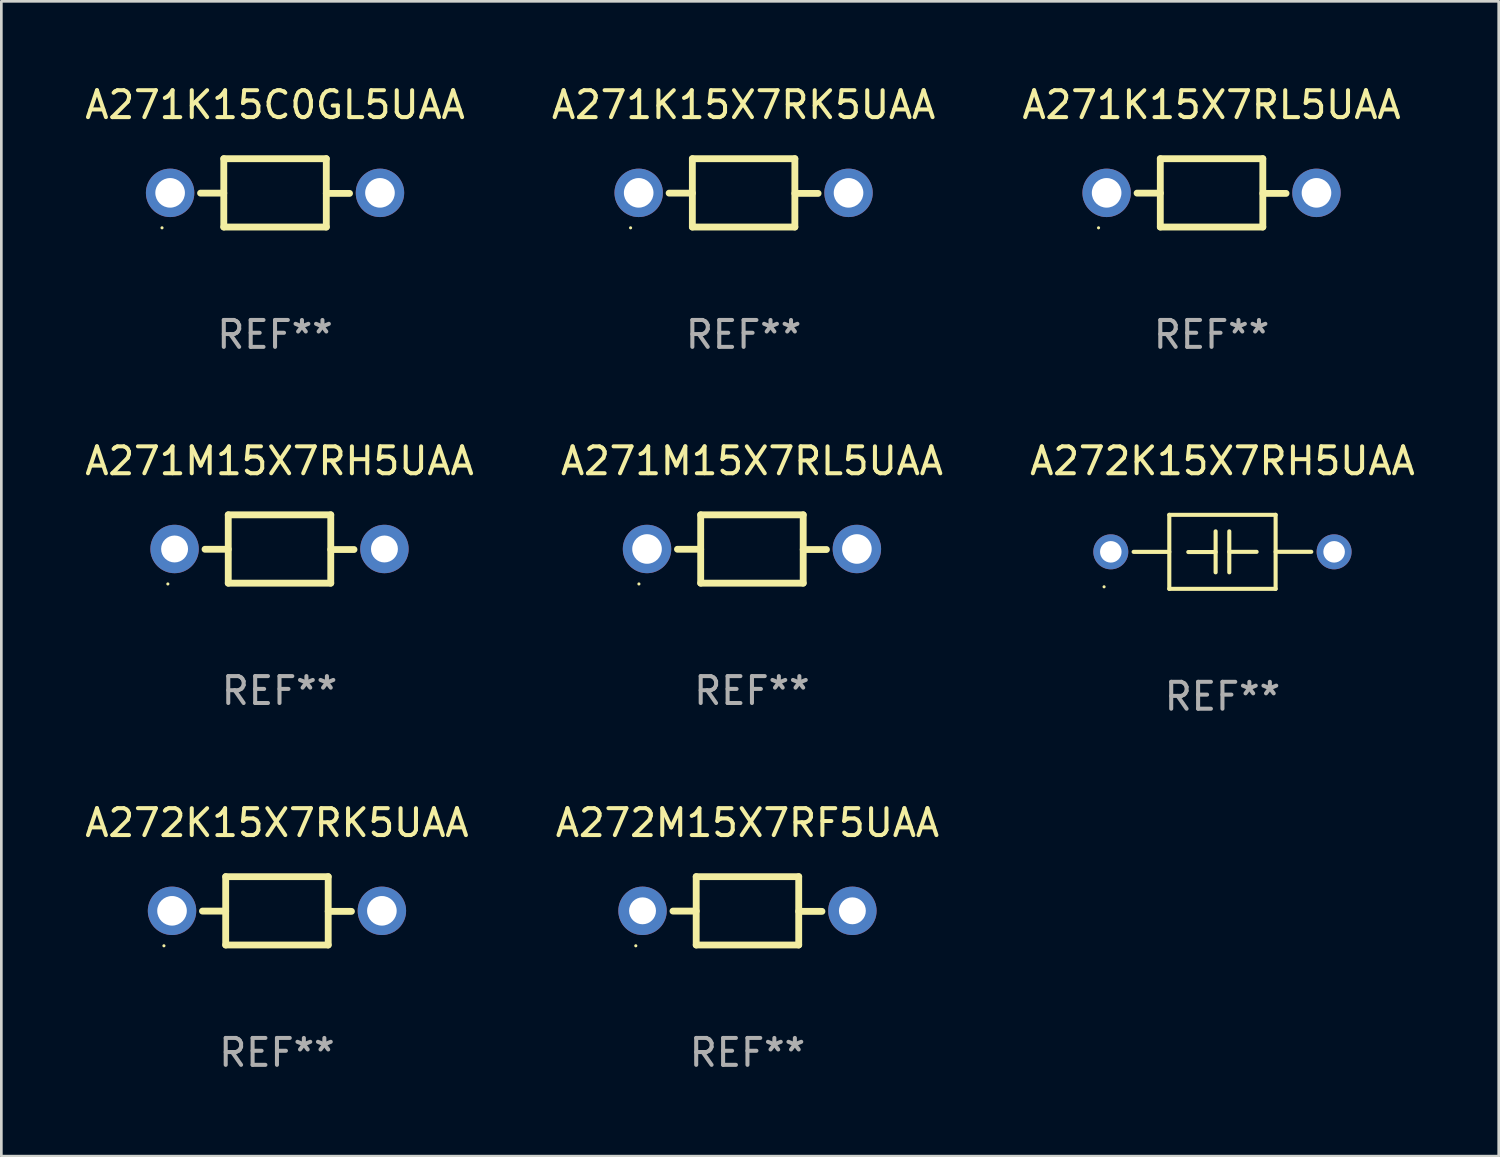
<source format=kicad_pcb>
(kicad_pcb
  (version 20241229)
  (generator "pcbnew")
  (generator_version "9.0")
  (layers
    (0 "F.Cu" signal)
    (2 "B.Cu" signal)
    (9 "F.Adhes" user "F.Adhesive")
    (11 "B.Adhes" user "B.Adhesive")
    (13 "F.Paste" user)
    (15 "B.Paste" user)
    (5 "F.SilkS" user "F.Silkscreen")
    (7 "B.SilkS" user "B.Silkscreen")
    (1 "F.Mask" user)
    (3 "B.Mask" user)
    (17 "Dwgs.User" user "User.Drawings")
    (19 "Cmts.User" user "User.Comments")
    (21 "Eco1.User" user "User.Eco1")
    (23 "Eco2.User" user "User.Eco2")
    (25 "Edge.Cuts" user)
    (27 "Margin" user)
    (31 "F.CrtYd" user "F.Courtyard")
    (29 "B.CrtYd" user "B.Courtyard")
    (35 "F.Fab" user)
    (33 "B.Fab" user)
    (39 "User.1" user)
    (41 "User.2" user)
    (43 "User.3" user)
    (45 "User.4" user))
  (footprint "A272K15X7RH5UAA"
    (layer "F.Cu")
    (at 42.387 17.461)
    (property "Reference" "A272K15X7RH5UAA" (at 0 -3.376 0) (layer "F.SilkS") (effects (font (size 1 1) (thickness 0.15))))
    (attr through_hole)
    (fp_line (start -1.976 -1.376) (end 1.976 -1.376) (stroke (width 0.152) (type solid)) (layer "F.SilkS"))
    (fp_line (start -1.976 0.001) (end -3.302 0.001) (stroke (width 0.152) (type solid)) (layer "F.SilkS"))
    (fp_line (start -1.976 1.376) (end -1.976 -1.376) (stroke (width 0.152) (type solid)) (layer "F.SilkS"))
    (fp_line (start -0.254 -0.762) (end -0.254 0.762) (stroke (width 0.152) (type solid)) (layer "F.SilkS"))
    (fp_line (start -0.254 0.007) (end -1.27 0.007) (stroke (width 0.152) (type solid)) (layer "F.SilkS"))
    (fp_line (start 0.254 -0.762) (end 0.254 0.762) (stroke (width 0.152) (type solid)) (layer "F.SilkS"))
    (fp_line (start 0.254 0) (end 1.27 0) (stroke (width 0.152) (type solid)) (layer "F.SilkS"))
    (fp_line (start 1.976 -1.376) (end 1.976 1.376) (stroke (width 0.152) (type solid)) (layer "F.SilkS"))
    (fp_line (start 1.976 -0.001) (end 3.302 -0.001) (stroke (width 0.152) (type solid)) (layer "F.SilkS"))
    (fp_line (start 1.976 1.376) (end -1.976 1.376) (stroke (width 0.152) (type solid)) (layer "F.SilkS"))
    (fp_circle (center -4.4 1.3) (end -4.37 1.3) (stroke (width 0.06) (type solid)) (fill no) (layer "F.SilkS"))
    (fp_text user "REF**" (at 0 5.376 0) (layer "F.Fab") (effects (font (size 1 1) (thickness 0.15))))
    (pad "1" thru_hole circle (at -4.15 0) (size 1.3 1.3) (drill 0.8) (layers "*.Cu" "*.Mask"))
    (pad "2" thru_hole circle (at 4.15 0) (size 1.3 1.3) (drill 0.8) (layers "*.Cu" "*.Mask")))
  (footprint "A272M15X7RF5UAA"
    (layer "F.Cu")
    (at 24.732 30.804)
    (property "Reference" "A272M15X7RF5UAA" (at 0 -3.27 0) (layer "F.SilkS") (effects (font (size 1 1) (thickness 0.15))))
    (attr through_hole)
    (fp_line (start -1.905 -1.27) (end -1.905 1.27) (stroke (width 0.254) (type solid)) (layer "F.SilkS"))
    (fp_line (start -1.905 0.01) (end -2.769 0.01) (stroke (width 0.254) (type solid)) (layer "F.SilkS"))
    (fp_line (start -1.905 1.27) (end 1.905 1.27) (stroke (width 0.254) (type solid)) (layer "F.SilkS"))
    (fp_line (start 1.905 -1.27) (end -1.905 -1.27) (stroke (width 0.254) (type solid)) (layer "F.SilkS"))
    (fp_line (start 1.905 0.02) (end 2.769 0.02) (stroke (width 0.254) (type solid)) (layer "F.SilkS"))
    (fp_line (start 1.905 1.27) (end 1.905 -1.27) (stroke (width 0.254) (type solid)) (layer "F.SilkS"))
    (fp_circle (center -4.15 1.3) (end -4.12 1.3) (stroke (width 0.06) (type solid)) (fill no) (layer "F.SilkS"))
    (fp_text user "REF**" (at 0 5.27 0) (layer "F.Fab") (effects (font (size 1 1) (thickness 0.15))))
    (pad "1" thru_hole circle (at -3.9 0) (size 1.8 1.8) (drill 1) (layers "*.Cu" "*.Mask"))
    (pad "2" thru_hole circle (at 3.9 0) (size 1.8 1.8) (drill 1) (layers "*.Cu" "*.Mask")))
  (footprint "A272K15X7RK5UAA"
    (layer "F.Cu")
    (at 7.244 30.804)
    (property "Reference" "A272K15X7RK5UAA" (at 0 -3.27 0) (layer "F.SilkS") (effects (font (size 1 1) (thickness 0.15))))
    (attr through_hole)
    (fp_line (start -1.905 -1.27) (end -1.905 1.27) (stroke (width 0.254) (type solid)) (layer "F.SilkS"))
    (fp_line (start -1.905 0.01) (end -2.769 0.01) (stroke (width 0.254) (type solid)) (layer "F.SilkS"))
    (fp_line (start -1.905 1.27) (end 1.905 1.27) (stroke (width 0.254) (type solid)) (layer "F.SilkS"))
    (fp_line (start 1.905 -1.27) (end -1.905 -1.27) (stroke (width 0.254) (type solid)) (layer "F.SilkS"))
    (fp_line (start 1.905 0.02) (end 2.769 0.02) (stroke (width 0.254) (type solid)) (layer "F.SilkS"))
    (fp_line (start 1.905 1.27) (end 1.905 -1.27) (stroke (width 0.254) (type solid)) (layer "F.SilkS"))
    (fp_circle (center -4.201 1.3) (end -4.171 1.3) (stroke (width 0.06) (type solid)) (fill no) (layer "F.SilkS"))
    (fp_text user "REF**" (at 0 5.27 0) (layer "F.Fab") (effects (font (size 1 1) (thickness 0.15))))
    (pad "1" thru_hole circle (at -3.9 0) (size 1.8 1.8) (drill 1.1) (layers "*.Cu" "*.Mask"))
    (pad "2" thru_hole circle (at 3.9 0) (size 1.8 1.8) (drill 1.1) (layers "*.Cu" "*.Mask")))
  (footprint "A271M15X7RL5UAA"
    (layer "F.Cu")
    (at 24.899 17.355)
    (property "Reference" "A271M15X7RL5UAA" (at 0 -3.27 0) (layer "F.SilkS") (effects (font (size 1 1) (thickness 0.15))))
    (attr through_hole)
    (fp_line (start -1.905 -1.27) (end -1.905 1.27) (stroke (width 0.254) (type solid)) (layer "F.SilkS"))
    (fp_line (start -1.905 0.01) (end -2.769 0.01) (stroke (width 0.254) (type solid)) (layer "F.SilkS"))
    (fp_line (start -1.905 1.27) (end 1.905 1.27) (stroke (width 0.254) (type solid)) (layer "F.SilkS"))
    (fp_line (start 1.905 -1.27) (end -1.905 -1.27) (stroke (width 0.254) (type solid)) (layer "F.SilkS"))
    (fp_line (start 1.905 0.02) (end 2.769 0.02) (stroke (width 0.254) (type solid)) (layer "F.SilkS"))
    (fp_line (start 1.905 1.27) (end 1.905 -1.27) (stroke (width 0.254) (type solid)) (layer "F.SilkS"))
    (fp_circle (center -4.201 1.3) (end -4.171 1.3) (stroke (width 0.06) (type solid)) (fill no) (layer "F.SilkS"))
    (fp_text user "REF**" (at 0 5.27 0) (layer "F.Fab") (effects (font (size 1 1) (thickness 0.15))))
    (pad "1" thru_hole circle (at -3.9 0) (size 1.8 1.8) (drill 1.1) (layers "*.Cu" "*.Mask"))
    (pad "2" thru_hole circle (at 3.9 0) (size 1.8 1.8) (drill 1.1) (layers "*.Cu" "*.Mask")))
  (footprint "A271K15X7RL5UAA"
    (layer "F.Cu")
    (at 41.982 4.118)
    (property "Reference" "A271K15X7RL5UAA" (at 0 -3.27 0) (layer "F.SilkS") (effects (font (size 1 1) (thickness 0.15))))
    (attr through_hole)
    (fp_line (start -1.905 -1.27) (end -1.905 1.27) (stroke (width 0.254) (type solid)) (layer "F.SilkS"))
    (fp_line (start -1.905 0.01) (end -2.769 0.01) (stroke (width 0.254) (type solid)) (layer "F.SilkS"))
    (fp_line (start -1.905 1.27) (end 1.905 1.27) (stroke (width 0.254) (type solid)) (layer "F.SilkS"))
    (fp_line (start 1.905 -1.27) (end -1.905 -1.27) (stroke (width 0.254) (type solid)) (layer "F.SilkS"))
    (fp_line (start 1.905 0.02) (end 2.769 0.02) (stroke (width 0.254) (type solid)) (layer "F.SilkS"))
    (fp_line (start 1.905 1.27) (end 1.905 -1.27) (stroke (width 0.254) (type solid)) (layer "F.SilkS"))
    (fp_circle (center -4.201 1.3) (end -4.171 1.3) (stroke (width 0.06) (type solid)) (fill no) (layer "F.SilkS"))
    (fp_text user "REF**" (at 0 5.27 0) (layer "F.Fab") (effects (font (size 1 1) (thickness 0.15))))
    (pad "1" thru_hole circle (at -3.9 0) (size 1.8 1.8) (drill 1.1) (layers "*.Cu" "*.Mask"))
    (pad "2" thru_hole circle (at 3.9 0) (size 1.8 1.8) (drill 1.1) (layers "*.Cu" "*.Mask")))
  (footprint "A271K15X7RK5UAA"
    (layer "F.Cu")
    (at 24.589 4.118)
    (property "Reference" "A271K15X7RK5UAA" (at 0 -3.27 0) (layer "F.SilkS") (effects (font (size 1 1) (thickness 0.15))))
    (attr through_hole)
    (fp_line (start -1.905 -1.27) (end -1.905 1.27) (stroke (width 0.254) (type solid)) (layer "F.SilkS"))
    (fp_line (start -1.905 0.01) (end -2.769 0.01) (stroke (width 0.254) (type solid)) (layer "F.SilkS"))
    (fp_line (start -1.905 1.27) (end 1.905 1.27) (stroke (width 0.254) (type solid)) (layer "F.SilkS"))
    (fp_line (start 1.905 -1.27) (end -1.905 -1.27) (stroke (width 0.254) (type solid)) (layer "F.SilkS"))
    (fp_line (start 1.905 0.02) (end 2.769 0.02) (stroke (width 0.254) (type solid)) (layer "F.SilkS"))
    (fp_line (start 1.905 1.27) (end 1.905 -1.27) (stroke (width 0.254) (type solid)) (layer "F.SilkS"))
    (fp_circle (center -4.201 1.3) (end -4.171 1.3) (stroke (width 0.06) (type solid)) (fill no) (layer "F.SilkS"))
    (fp_text user "REF**" (at 0 5.27 0) (layer "F.Fab") (effects (font (size 1 1) (thickness 0.15))))
    (pad "1" thru_hole circle (at -3.9 0) (size 1.8 1.8) (drill 1.1) (layers "*.Cu" "*.Mask"))
    (pad "2" thru_hole circle (at 3.9 0) (size 1.8 1.8) (drill 1.1) (layers "*.Cu" "*.Mask")))
  (footprint "A271M15X7RH5UAA"
    (layer "F.Cu")
    (at 7.339 17.355)
    (property "Reference" "A271M15X7RH5UAA" (at 0 -3.27 0) (layer "F.SilkS") (effects (font (size 1 1) (thickness 0.15))))
    (attr through_hole)
    (fp_line (start -1.905 -1.27) (end -1.905 1.27) (stroke (width 0.254) (type solid)) (layer "F.SilkS"))
    (fp_line (start -1.905 0.01) (end -2.769 0.01) (stroke (width 0.254) (type solid)) (layer "F.SilkS"))
    (fp_line (start -1.905 1.27) (end 1.905 1.27) (stroke (width 0.254) (type solid)) (layer "F.SilkS"))
    (fp_line (start 1.905 -1.27) (end -1.905 -1.27) (stroke (width 0.254) (type solid)) (layer "F.SilkS"))
    (fp_line (start 1.905 0.02) (end 2.769 0.02) (stroke (width 0.254) (type solid)) (layer "F.SilkS"))
    (fp_line (start 1.905 1.27) (end 1.905 -1.27) (stroke (width 0.254) (type solid)) (layer "F.SilkS"))
    (fp_circle (center -4.15 1.3) (end -4.12 1.3) (stroke (width 0.06) (type solid)) (fill no) (layer "F.SilkS"))
    (fp_text user "REF**" (at 0 5.27 0) (layer "F.Fab") (effects (font (size 1 1) (thickness 0.15))))
    (pad "1" thru_hole circle (at -3.9 0) (size 1.8 1.8) (drill 1) (layers "*.Cu" "*.Mask"))
    (pad "2" thru_hole circle (at 3.9 0) (size 1.8 1.8) (drill 1) (layers "*.Cu" "*.Mask")))
  (footprint "A271K15C0GL5UAA"
    (layer "F.Cu")
    (at 7.173 4.118)
    (property "Reference" "A271K15C0GL5UAA" (at 0 -3.27 0) (layer "F.SilkS") (effects (font (size 1 1) (thickness 0.15))))
    (attr through_hole)
    (fp_line (start -1.905 -1.27) (end -1.905 1.27) (stroke (width 0.254) (type solid)) (layer "F.SilkS"))
    (fp_line (start -1.905 0.01) (end -2.769 0.01) (stroke (width 0.254) (type solid)) (layer "F.SilkS"))
    (fp_line (start -1.905 1.27) (end 1.905 1.27) (stroke (width 0.254) (type solid)) (layer "F.SilkS"))
    (fp_line (start 1.905 -1.27) (end -1.905 -1.27) (stroke (width 0.254) (type solid)) (layer "F.SilkS"))
    (fp_line (start 1.905 0.02) (end 2.769 0.02) (stroke (width 0.254) (type solid)) (layer "F.SilkS"))
    (fp_line (start 1.905 1.27) (end 1.905 -1.27) (stroke (width 0.254) (type solid)) (layer "F.SilkS"))
    (fp_circle (center -4.201 1.3) (end -4.171 1.3) (stroke (width 0.06) (type solid)) (fill no) (layer "F.SilkS"))
    (fp_text user "REF**" (at 0 5.27 0) (layer "F.Fab") (effects (font (size 1 1) (thickness 0.15))))
    (pad "1" thru_hole circle (at -3.9 0) (size 1.8 1.8) (drill 1.1) (layers "*.Cu" "*.Mask"))
    (pad "2" thru_hole circle (at 3.9 0) (size 1.8 1.8) (drill 1.1) (layers "*.Cu" "*.Mask")))
  (gr_rect
    (start -3 -3)
    (end 52.655 39.922)
    (stroke (width 0.1) (type default))
    (fill no)
    (layer "Edge.Cuts")))
</source>
